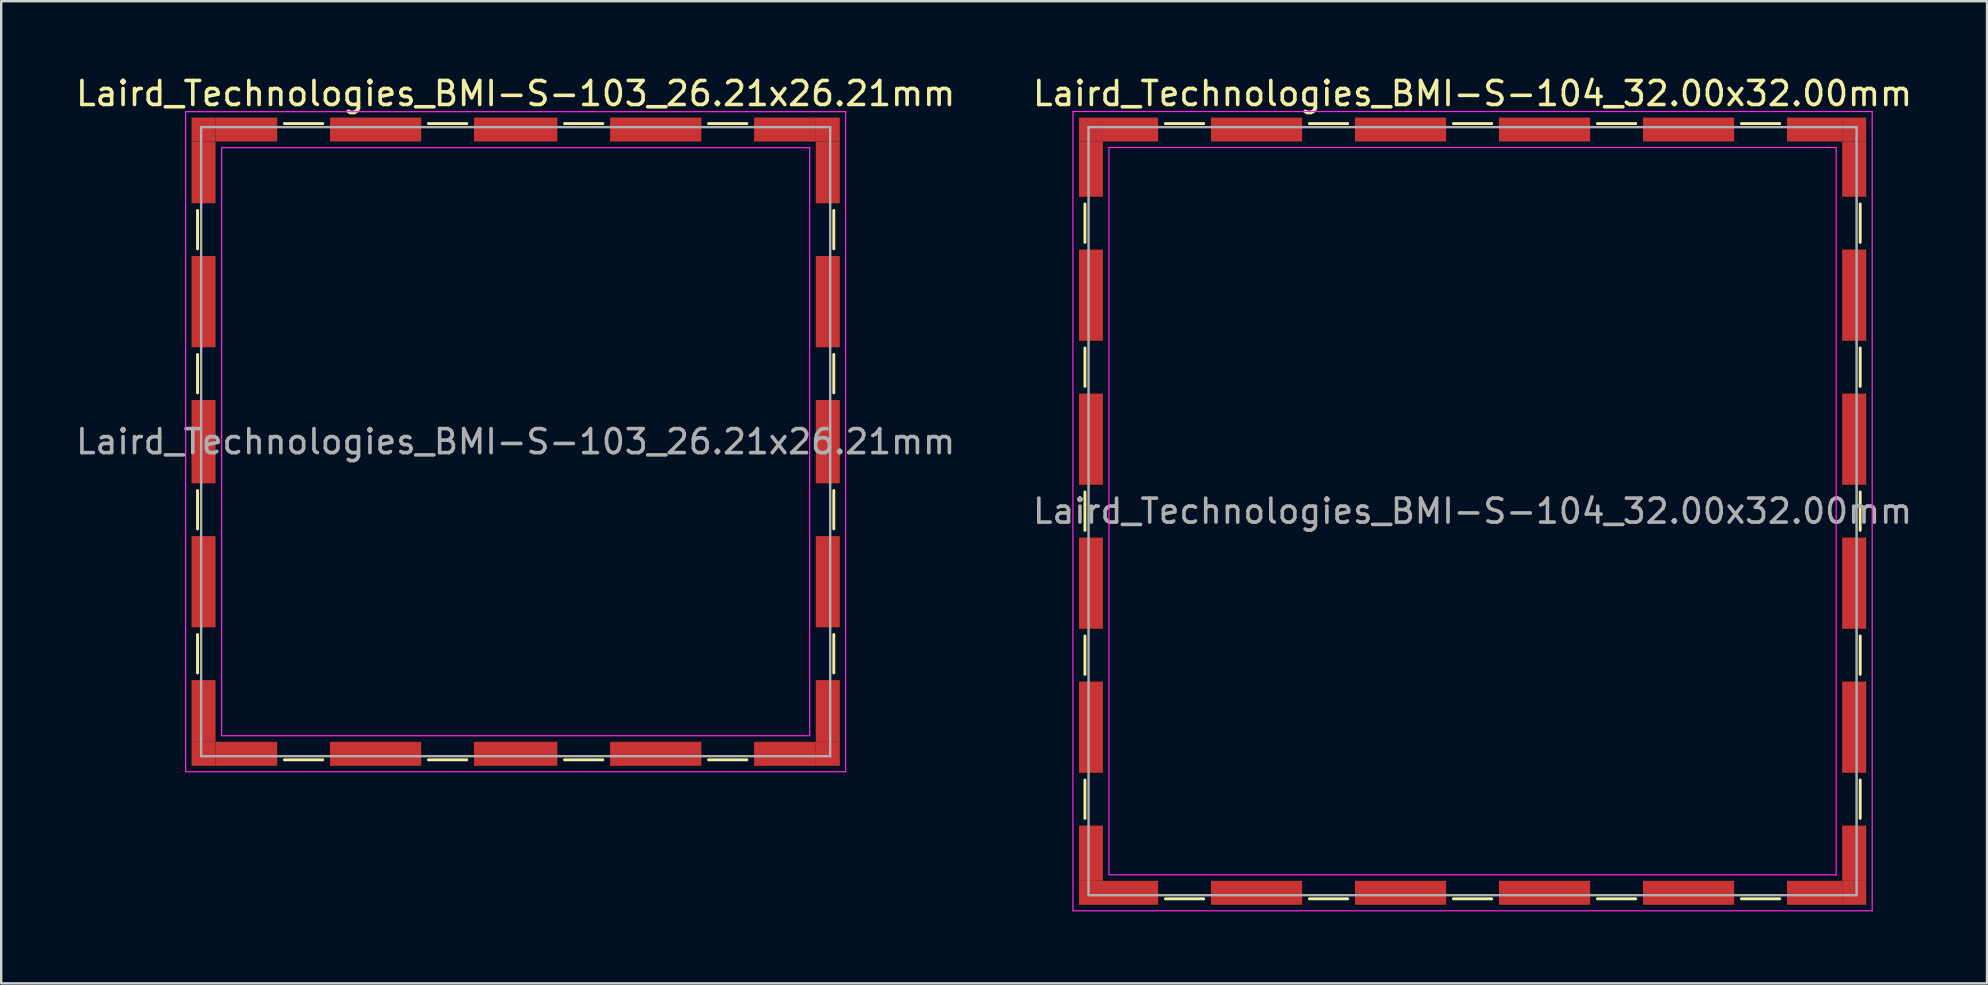
<source format=kicad_pcb>
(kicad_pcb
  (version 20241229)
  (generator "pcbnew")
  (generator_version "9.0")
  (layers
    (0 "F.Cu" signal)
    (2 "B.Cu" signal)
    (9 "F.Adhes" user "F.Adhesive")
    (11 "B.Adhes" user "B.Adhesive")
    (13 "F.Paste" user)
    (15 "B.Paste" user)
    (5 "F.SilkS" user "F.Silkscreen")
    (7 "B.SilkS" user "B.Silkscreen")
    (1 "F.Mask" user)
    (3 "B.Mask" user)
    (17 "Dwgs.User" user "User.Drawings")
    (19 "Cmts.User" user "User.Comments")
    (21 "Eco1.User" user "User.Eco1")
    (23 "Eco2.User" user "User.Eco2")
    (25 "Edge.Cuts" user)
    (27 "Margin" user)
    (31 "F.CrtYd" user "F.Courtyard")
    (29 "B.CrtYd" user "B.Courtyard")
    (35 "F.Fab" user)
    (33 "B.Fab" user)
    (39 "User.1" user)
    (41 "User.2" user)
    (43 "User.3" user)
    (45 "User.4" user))
  (footprint "Laird_Technologies_BMI-S-103_26.21x26.21mm"
    (layer "F.Cu")
    (at 18.435 15.353)
    (property "Reference" "Laird_Technologies_BMI-S-103_26.21x26.21mm" (at 0 -14.505 0) (layer "F.SilkS") (effects (font (size 1 1) (thickness 0.15))))
    (attr smd)
    (fp_line (start -13.255 -9.635) (end -13.255 -8.035) (stroke (width 0.12) (type solid)) (layer "F.SilkS"))
    (fp_line (start -13.255 -3.635) (end -13.255 -2.035) (stroke (width 0.12) (type solid)) (layer "F.SilkS"))
    (fp_line (start -13.255 2.035) (end -13.255 3.635) (stroke (width 0.12) (type solid)) (layer "F.SilkS"))
    (fp_line (start -13.255 8.035) (end -13.255 9.635) (stroke (width 0.12) (type solid)) (layer "F.SilkS"))
    (fp_line (start -9.635 -13.255) (end -8.035 -13.255) (stroke (width 0.12) (type solid)) (layer "F.SilkS"))
    (fp_line (start -9.635 13.255) (end -8.035 13.255) (stroke (width 0.12) (type solid)) (layer "F.SilkS"))
    (fp_line (start -3.635 -13.255) (end -2.035 -13.255) (stroke (width 0.12) (type solid)) (layer "F.SilkS"))
    (fp_line (start -3.635 13.255) (end -2.035 13.255) (stroke (width 0.12) (type solid)) (layer "F.SilkS"))
    (fp_line (start 2.035 -13.255) (end 3.635 -13.255) (stroke (width 0.12) (type solid)) (layer "F.SilkS"))
    (fp_line (start 2.035 13.255) (end 3.635 13.255) (stroke (width 0.12) (type solid)) (layer "F.SilkS"))
    (fp_line (start 8.035 -13.255) (end 9.635 -13.255) (stroke (width 0.12) (type solid)) (layer "F.SilkS"))
    (fp_line (start 8.035 13.255) (end 9.635 13.255) (stroke (width 0.12) (type solid)) (layer "F.SilkS"))
    (fp_line (start 13.255 -9.635) (end 13.255 -8.035) (stroke (width 0.12) (type solid)) (layer "F.SilkS"))
    (fp_line (start 13.255 -3.635) (end 13.255 -2.035) (stroke (width 0.12) (type solid)) (layer "F.SilkS"))
    (fp_line (start 13.255 2.035) (end 13.255 3.635) (stroke (width 0.12) (type solid)) (layer "F.SilkS"))
    (fp_line (start 13.255 8.035) (end 13.255 9.635) (stroke (width 0.12) (type solid)) (layer "F.SilkS"))
    (fp_line (start -13.75 -13.75) (end -13.75 13.75) (stroke (width 0.05) (type solid)) (layer "F.CrtYd"))
    (fp_line (start -13.75 13.75) (end 13.75 13.75) (stroke (width 0.05) (type solid)) (layer "F.CrtYd"))
    (fp_line (start -12.25 -12.25) (end -12.25 12.25) (stroke (width 0.05) (type solid)) (layer "F.CrtYd"))
    (fp_line (start 12.25 -12.25) (end -12.25 -12.25) (stroke (width 0.05) (type solid)) (layer "F.CrtYd"))
    (fp_line (start 12.25 -12.25) (end 12.25 12.25) (stroke (width 0.05) (type solid)) (layer "F.CrtYd"))
    (fp_line (start 12.25 12.25) (end -12.25 12.25) (stroke (width 0.05) (type solid)) (layer "F.CrtYd"))
    (fp_line (start 13.75 -13.75) (end -13.75 -13.75) (stroke (width 0.05) (type solid)) (layer "F.CrtYd"))
    (fp_line (start 13.75 13.75) (end 13.75 -13.75) (stroke (width 0.05) (type solid)) (layer "F.CrtYd"))
    (fp_line (start -13.105 -13.105) (end -13.105 13.105) (stroke (width 0.1) (type solid)) (layer "F.Fab"))
    (fp_line (start -13.105 13.105) (end 13.105 13.105) (stroke (width 0.1) (type solid)) (layer "F.Fab"))
    (fp_line (start 13.105 -13.105) (end -13.105 -13.105) (stroke (width 0.1) (type solid)) (layer "F.Fab"))
    (fp_line (start 13.105 13.105) (end 13.105 -13.105) (stroke (width 0.1) (type solid)) (layer "F.Fab"))
    (fp_text user "${REFERENCE}" (at 0 0 0) (layer "F.Fab") (effects (font (size 1 1) (thickness 0.15))))
    (pad "1" smd rect (at -13.005 -13.005) (size 1 1) (layers "F.Cu" "F.Mask" "F.Paste"))
    (pad "1" smd rect (at -13.005 -11.22) (size 1 2.57) (layers "F.Cu" "F.Mask" "F.Paste"))
    (pad "1" smd rect (at -13.005 -5.835) (size 1 3.8) (layers "F.Cu" "F.Mask" "F.Paste"))
    (pad "1" smd rect (at -13.005 0) (size 1 3.47) (layers "F.Cu" "F.Mask" "F.Paste"))
    (pad "1" smd rect (at -13.005 5.835) (size 1 3.8) (layers "F.Cu" "F.Mask" "F.Paste"))
    (pad "1" smd rect (at -13.005 11.22) (size 1 2.57) (layers "F.Cu" "F.Mask" "F.Paste"))
    (pad "1" smd rect (at -13.005 13.005) (size 1 1) (layers "F.Cu" "F.Mask" "F.Paste"))
    (pad "1" smd rect (at -11.22 -13.005) (size 2.57 1) (layers "F.Cu" "F.Mask" "F.Paste"))
    (pad "1" smd rect (at -11.22 13.005) (size 2.57 1) (layers "F.Cu" "F.Mask" "F.Paste"))
    (pad "1" smd rect (at -5.835 -13.005) (size 3.8 1) (layers "F.Cu" "F.Mask" "F.Paste"))
    (pad "1" smd rect (at -5.835 13.005) (size 3.8 1) (layers "F.Cu" "F.Mask" "F.Paste"))
    (pad "1" smd rect (at 0 -13.005) (size 3.47 1) (layers "F.Cu" "F.Mask" "F.Paste"))
    (pad "1" smd rect (at 0 13.005) (size 3.47 1) (layers "F.Cu" "F.Mask" "F.Paste"))
    (pad "1" smd rect (at 5.835 -13.005) (size 3.8 1) (layers "F.Cu" "F.Mask" "F.Paste"))
    (pad "1" smd rect (at 5.835 13.005) (size 3.8 1) (layers "F.Cu" "F.Mask" "F.Paste"))
    (pad "1" smd rect (at 11.22 -13.005) (size 2.57 1) (layers "F.Cu" "F.Mask" "F.Paste"))
    (pad "1" smd rect (at 11.22 13.005) (size 2.57 1) (layers "F.Cu" "F.Mask" "F.Paste"))
    (pad "1" smd rect (at 13.005 -13.005) (size 1 1) (layers "F.Cu" "F.Mask" "F.Paste"))
    (pad "1" smd rect (at 13.005 -11.22) (size 1 2.57) (layers "F.Cu" "F.Mask" "F.Paste"))
    (pad "1" smd rect (at 13.005 -5.835) (size 1 3.8) (layers "F.Cu" "F.Mask" "F.Paste"))
    (pad "1" smd rect (at 13.005 0) (size 1 3.47) (layers "F.Cu" "F.Mask" "F.Paste"))
    (pad "1" smd rect (at 13.005 5.835) (size 1 3.8) (layers "F.Cu" "F.Mask" "F.Paste"))
    (pad "1" smd rect (at 13.005 11.22) (size 1 2.57) (layers "F.Cu" "F.Mask" "F.Paste"))
    (pad "1" smd rect (at 13.005 13.005) (size 1 1) (layers "F.Cu" "F.Mask" "F.Paste")))
  (footprint "Laird_Technologies_BMI-S-104_32.00x32.00mm"
    (layer "F.Cu")
    (at 58.304 18.248)
    (property "Reference" "Laird_Technologies_BMI-S-104_32.00x32.00mm" (at 0 -17.4 0) (layer "F.SilkS") (effects (font (size 1 1) (thickness 0.15))))
    (attr smd)
    (fp_line (start -16.15 -12.8) (end -16.15 -11.2) (stroke (width 0.12) (type solid)) (layer "F.SilkS"))
    (fp_line (start -16.15 -6.8) (end -16.15 -5.2) (stroke (width 0.12) (type solid)) (layer "F.SilkS"))
    (fp_line (start -16.15 -0.8) (end -16.15 0.8) (stroke (width 0.12) (type solid)) (layer "F.SilkS"))
    (fp_line (start -16.15 5.2) (end -16.15 6.8) (stroke (width 0.12) (type solid)) (layer "F.SilkS"))
    (fp_line (start -16.15 11.2) (end -16.15 12.8) (stroke (width 0.12) (type solid)) (layer "F.SilkS"))
    (fp_line (start -12.8 -16.15) (end -11.2 -16.15) (stroke (width 0.12) (type solid)) (layer "F.SilkS"))
    (fp_line (start -12.8 16.15) (end -11.2 16.15) (stroke (width 0.12) (type solid)) (layer "F.SilkS"))
    (fp_line (start -6.8 -16.15) (end -5.2 -16.15) (stroke (width 0.12) (type solid)) (layer "F.SilkS"))
    (fp_line (start -6.8 16.15) (end -5.2 16.15) (stroke (width 0.12) (type solid)) (layer "F.SilkS"))
    (fp_line (start -0.8 -16.15) (end 0.8 -16.15) (stroke (width 0.12) (type solid)) (layer "F.SilkS"))
    (fp_line (start -0.8 16.15) (end 0.8 16.15) (stroke (width 0.12) (type solid)) (layer "F.SilkS"))
    (fp_line (start 5.2 -16.15) (end 6.8 -16.15) (stroke (width 0.12) (type solid)) (layer "F.SilkS"))
    (fp_line (start 5.2 16.15) (end 6.8 16.15) (stroke (width 0.12) (type solid)) (layer "F.SilkS"))
    (fp_line (start 11.2 -16.15) (end 12.8 -16.15) (stroke (width 0.12) (type solid)) (layer "F.SilkS"))
    (fp_line (start 11.2 16.15) (end 12.8 16.15) (stroke (width 0.12) (type solid)) (layer "F.SilkS"))
    (fp_line (start 16.15 -12.8) (end 16.15 -11.2) (stroke (width 0.12) (type solid)) (layer "F.SilkS"))
    (fp_line (start 16.15 -6.8) (end 16.15 -5.2) (stroke (width 0.12) (type solid)) (layer "F.SilkS"))
    (fp_line (start 16.15 -0.8) (end 16.15 0.8) (stroke (width 0.12) (type solid)) (layer "F.SilkS"))
    (fp_line (start 16.15 5.2) (end 16.15 6.8) (stroke (width 0.12) (type solid)) (layer "F.SilkS"))
    (fp_line (start 16.15 11.2) (end 16.15 12.8) (stroke (width 0.12) (type solid)) (layer "F.SilkS"))
    (fp_line (start -16.65 -16.65) (end -16.65 16.65) (stroke (width 0.05) (type solid)) (layer "F.CrtYd"))
    (fp_line (start -16.65 16.65) (end 16.65 16.65) (stroke (width 0.05) (type solid)) (layer "F.CrtYd"))
    (fp_line (start -15.15 -15.15) (end -15.15 15.15) (stroke (width 0.05) (type solid)) (layer "F.CrtYd"))
    (fp_line (start 15.15 -15.15) (end -15.15 -15.15) (stroke (width 0.05) (type solid)) (layer "F.CrtYd"))
    (fp_line (start 15.15 -15.15) (end 15.15 15.15) (stroke (width 0.05) (type solid)) (layer "F.CrtYd"))
    (fp_line (start 15.15 15.15) (end -15.15 15.15) (stroke (width 0.05) (type solid)) (layer "F.CrtYd"))
    (fp_line (start 16.65 -16.65) (end -16.65 -16.65) (stroke (width 0.05) (type solid)) (layer "F.CrtYd"))
    (fp_line (start 16.65 16.65) (end 16.65 -16.65) (stroke (width 0.05) (type solid)) (layer "F.CrtYd"))
    (fp_line (start -16 -16) (end -16 16) (stroke (width 0.1) (type solid)) (layer "F.Fab"))
    (fp_line (start -16 16) (end 16 16) (stroke (width 0.1) (type solid)) (layer "F.Fab"))
    (fp_line (start 16 -16) (end -16 -16) (stroke (width 0.1) (type solid)) (layer "F.Fab"))
    (fp_line (start 16 16) (end 16 -16) (stroke (width 0.1) (type solid)) (layer "F.Fab"))
    (fp_text user "${REFERENCE}" (at 0 0 0) (layer "F.Fab") (effects (font (size 1 1) (thickness 0.15))))
    (pad "1" smd rect (at -15.9 -15.9) (size 1 1) (layers "F.Cu" "F.Mask" "F.Paste"))
    (pad "1" smd rect (at -15.9 -14.25) (size 1 2.3) (layers "F.Cu" "F.Mask" "F.Paste"))
    (pad "1" smd rect (at -15.9 -9) (size 1 3.8) (layers "F.Cu" "F.Mask" "F.Paste"))
    (pad "1" smd rect (at -15.9 -3) (size 1 3.8) (layers "F.Cu" "F.Mask" "F.Paste"))
    (pad "1" smd rect (at -15.9 3) (size 1 3.8) (layers "F.Cu" "F.Mask" "F.Paste"))
    (pad "1" smd rect (at -15.9 9) (size 1 3.8) (layers "F.Cu" "F.Mask" "F.Paste"))
    (pad "1" smd rect (at -15.9 14.25) (size 1 2.3) (layers "F.Cu" "F.Mask" "F.Paste"))
    (pad "1" smd rect (at -15.9 15.9) (size 1 1) (layers "F.Cu" "F.Mask" "F.Paste"))
    (pad "1" smd rect (at -14.25 -15.9) (size 2.3 1) (layers "F.Cu" "F.Mask" "F.Paste"))
    (pad "1" smd rect (at -14.25 15.9) (size 2.3 1) (layers "F.Cu" "F.Mask" "F.Paste"))
    (pad "1" smd rect (at -9 -15.9) (size 3.8 1) (layers "F.Cu" "F.Mask" "F.Paste"))
    (pad "1" smd rect (at -9 15.9) (size 3.8 1) (layers "F.Cu" "F.Mask" "F.Paste"))
    (pad "1" smd rect (at -3 -15.9) (size 3.8 1) (layers "F.Cu" "F.Mask" "F.Paste"))
    (pad "1" smd rect (at -3 15.9) (size 3.8 1) (layers "F.Cu" "F.Mask" "F.Paste"))
    (pad "1" smd rect (at 3 -15.9) (size 3.8 1) (layers "F.Cu" "F.Mask" "F.Paste"))
    (pad "1" smd rect (at 3 15.9) (size 3.8 1) (layers "F.Cu" "F.Mask" "F.Paste"))
    (pad "1" smd rect (at 9 -15.9) (size 3.8 1) (layers "F.Cu" "F.Mask" "F.Paste"))
    (pad "1" smd rect (at 9 15.9) (size 3.8 1) (layers "F.Cu" "F.Mask" "F.Paste"))
    (pad "1" smd rect (at 14.25 -15.9) (size 2.3 1) (layers "F.Cu" "F.Mask" "F.Paste"))
    (pad "1" smd rect (at 14.25 15.9) (size 2.3 1) (layers "F.Cu" "F.Mask" "F.Paste"))
    (pad "1" smd rect (at 15.9 -15.9) (size 1 1) (layers "F.Cu" "F.Mask" "F.Paste"))
    (pad "1" smd rect (at 15.9 -14.25) (size 1 2.3) (layers "F.Cu" "F.Mask" "F.Paste"))
    (pad "1" smd rect (at 15.9 -9) (size 1 3.8) (layers "F.Cu" "F.Mask" "F.Paste"))
    (pad "1" smd rect (at 15.9 -3) (size 1 3.8) (layers "F.Cu" "F.Mask" "F.Paste"))
    (pad "1" smd rect (at 15.9 3) (size 1 3.8) (layers "F.Cu" "F.Mask" "F.Paste"))
    (pad "1" smd rect (at 15.9 9) (size 1 3.8) (layers "F.Cu" "F.Mask" "F.Paste"))
    (pad "1" smd rect (at 15.9 14.25) (size 1 2.3) (layers "F.Cu" "F.Mask" "F.Paste"))
    (pad "1" smd rect (at 15.9 15.9) (size 1 1) (layers "F.Cu" "F.Mask" "F.Paste")))
  (gr_rect
    (start -3 -3)
    (end 79.738 37.923)
    (stroke (width 0.1) (type default))
    (fill no)
    (layer "Edge.Cuts")))
</source>
